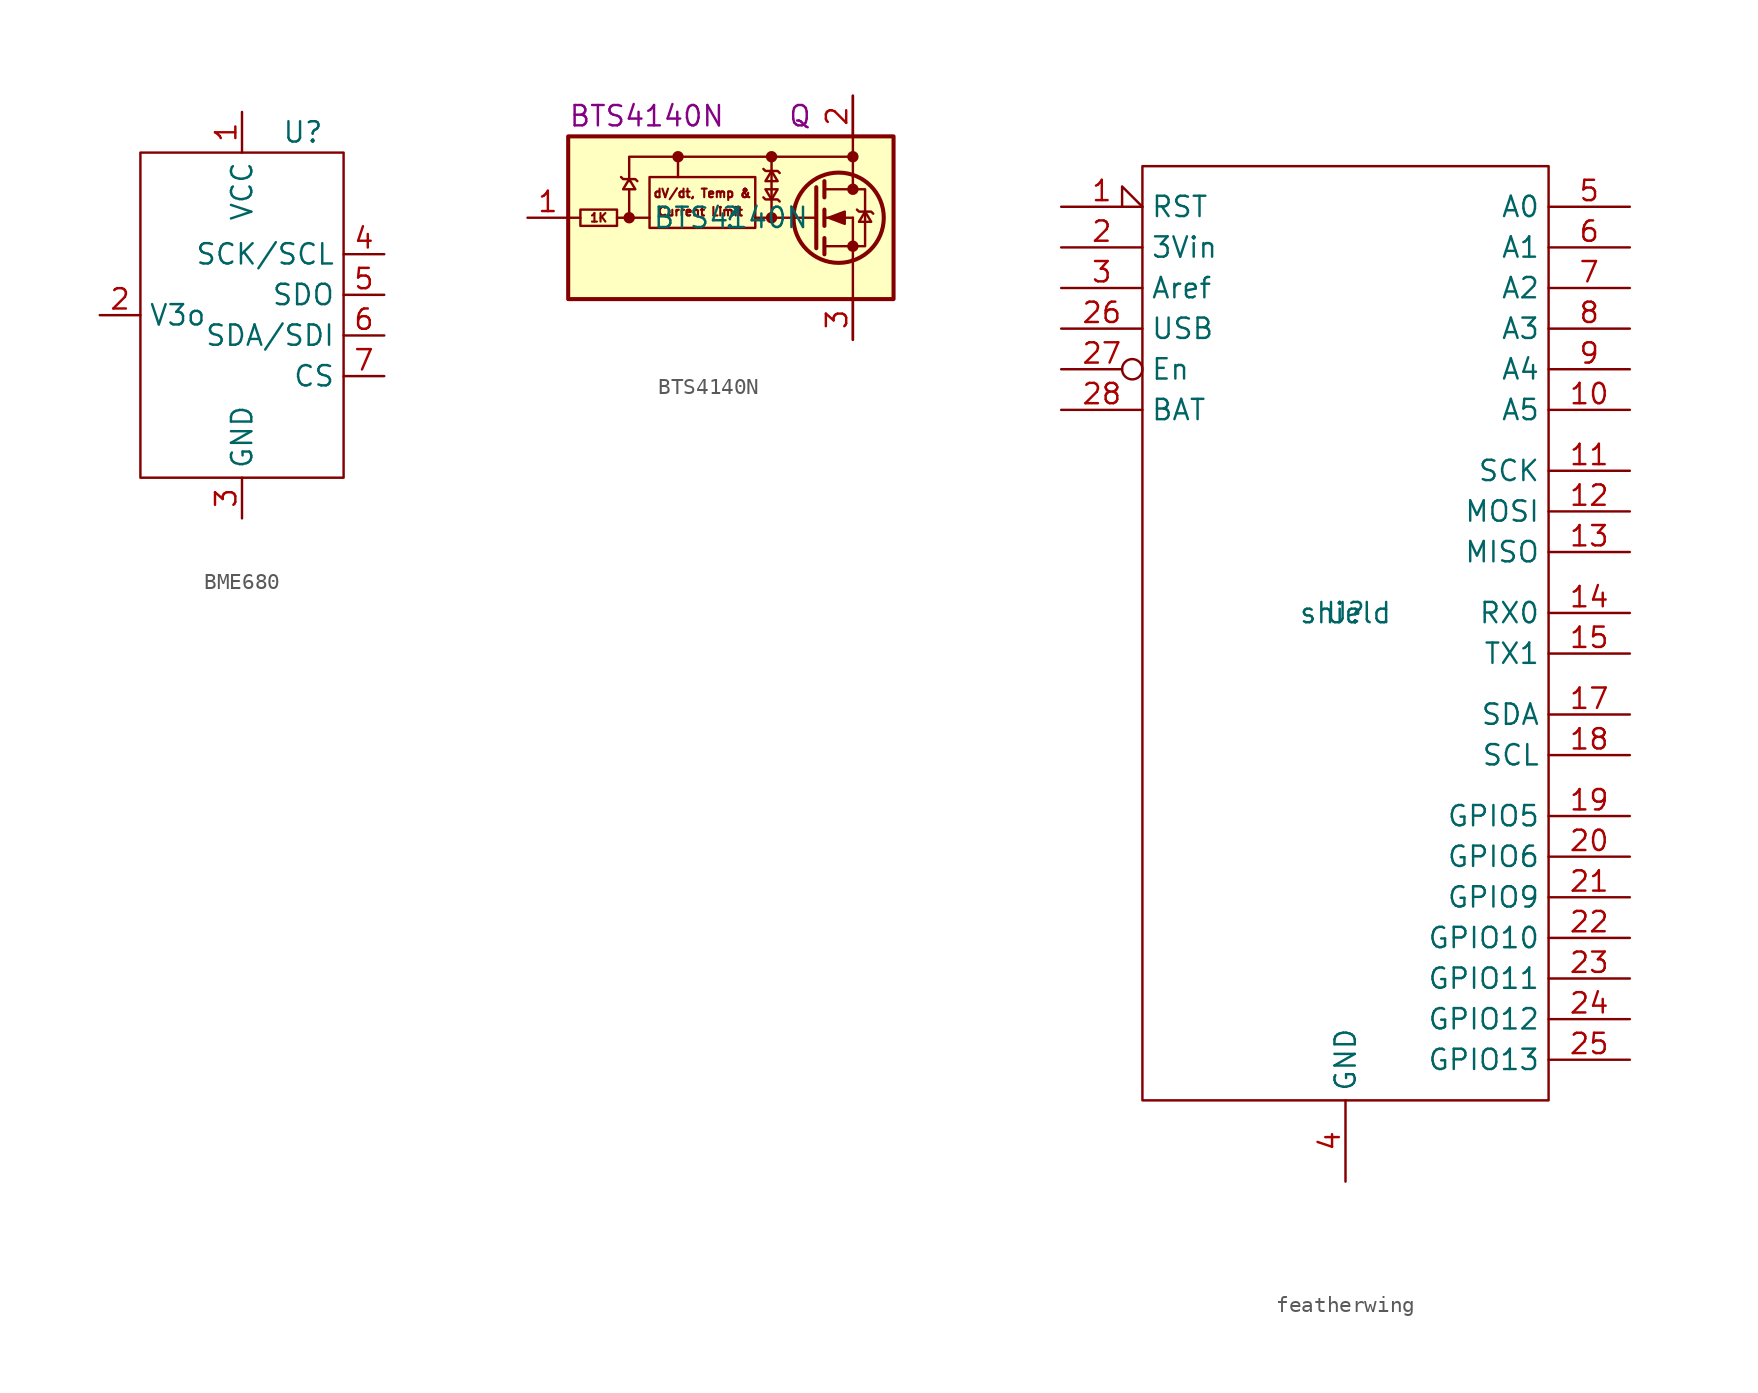
<source format=kicad_sym>
(kicad_symbol_lib
  (version 20220914)
  (generator kicad_symbol_editor)
  (symbol "BME680"
    (property "Reference" "U"
      (at 3.81 11.43 0)
      (effects (font (size 1.27 1.27))))
    (property "Value" ""
      (at 0 0 0)
      (effects (font (size 1.27 1.27))))
    (symbol "BME680_0_1"
      (rectangle (start -6.35 10.16) (end 6.35 -10.16) (stroke (width 0) (type default)) (fill (type none))))
    (symbol "BME680_1_1"
      (pin power_in line (at 0 12.7 270) (length 2.54) (name "VCC" (effects (font (size 1.27 1.27)))) (number "1" (effects (font (size 1.27 1.27)))))
      (pin power_out line (at -8.89 0 0) (length 2.54) (name "V3o" (effects (font (size 1.27 1.27)))) (number "2" (effects (font (size 1.27 1.27)))))
      (pin power_in line (at 0 -12.7 90) (length 2.54) (name "GND" (effects (font (size 1.27 1.27)))) (number "3" (effects (font (size 1.27 1.27)))))
      (pin input line (at 8.89 3.81 180) (length 2.54) (name "SCK/SCL" (effects (font (size 1.27 1.27)))) (number "4" (effects (font (size 1.27 1.27)))))
      (pin output line (at 8.89 1.27 180) (length 2.54) (name "SDO" (effects (font (size 1.27 1.27)))) (number "5" (effects (font (size 1.27 1.27)))))
      (pin bidirectional line (at 8.89 -1.27 180) (length 2.54) (name "SDA/SDI" (effects (font (size 1.27 1.27)))) (number "6" (effects (font (size 1.27 1.27)))))
      (pin input line (at 8.89 -3.81 180) (length 2.54) (name "CS" (effects (font (size 1.27 1.27)))) (number "7" (effects (font (size 1.27 1.27)))))))
  (symbol "BTS4140N"
    (pin_names
      (offset 0) hide)
    (property "Reference" ""
      (at 0 0 0)
      (effects (font (size 1.27 1.27))))
    (property "Value" "BTS4140N"
      (at 0 0 0)
      (effects (font (size 1.27 1.27))))
    (property "Reference_1" "Q"
      (at 5.08 6.35 0)
      (effects (font (size 1.27 1.27)) (justify right)))
    (property "Value_1" "BTS4140N"
      (at -10.16 6.35 0)
      (effects (font (size 1.27 1.27)) (justify left)))
    (symbol "BTS4140N_0_0"
      (polyline (pts (xy 7.62 -2.54) (xy 7.62 -7.62)) (stroke (width 0) (type default)) (fill (type none)))
      (polyline (pts (xy 7.62 2.54) (xy 7.62 7.62)) (stroke (width 0) (type default)) (fill (type none)))
      (polyline (pts (xy 2.54 0) (xy 2.54 3.81) (xy 7.62 3.81)) (stroke (width 0) (type default)) (fill (type none))))
    (symbol "BTS4140N_0_1"
      (rectangle (start -9.398 0.508) (end -7.112 -0.508) (stroke (width 0) (type default)) (fill (type none)))
      (polyline (pts (xy -9.398 0) (xy -10.16 0)) (stroke (width 0) (type default)) (fill (type none)))
      (polyline (pts (xy -7.112 0) (xy -5.08 0)) (stroke (width 0) (type default)) (fill (type none)))
      (polyline (pts (xy -6.35 0) (xy -6.35 1.778)) (stroke (width 0) (type default)) (fill (type none)))
      (polyline (pts (xy -3.302 3.81) (xy -3.302 2.54)) (stroke (width 0) (type default)) (fill (type none)))
      (polyline (pts (xy -6.35 2.286) (xy -6.35 3.81) (xy 2.54 3.81)) (stroke (width 0) (type default)) (fill (type none))))
    (symbol "BTS4140N_1_0"
      (rectangle (start -10.16 5.08) (end 10.16 -5.08) (stroke (width 0.254) (type default)) (fill (type background))))
    (symbol "BTS4140N_1_1"
      (circle (center -6.35 0) (radius 0.279) (stroke (width 0) (type default)) (fill (type outline)))
      (rectangle (start -5.08 2.54) (end 1.524 -0.635) (stroke (width 0) (type default)) (fill (type none)))
      (circle (center -3.302 3.81) (radius 0.279) (stroke (width 0) (type default)) (fill (type outline)))
      (polyline (pts (xy 2.54 0) (xy 1.524 0)) (stroke (width 0) (type default)) (fill (type none)))
      (polyline (pts (xy 2.54 0) (xy 5.334 0)) (stroke (width 0) (type default)) (fill (type none)))
      (polyline (pts (xy 5.842 -1.778) (xy 7.62 -1.778)) (stroke (width 0) (type default)) (fill (type none)))
      (polyline (pts (xy 5.842 -1.27) (xy 5.842 -2.286)) (stroke (width 0.254) (type default)) (fill (type none)))
      (polyline (pts (xy 5.842 0) (xy 7.62 0)) (stroke (width 0) (type default)) (fill (type none)))
      (polyline (pts (xy 5.842 0.508) (xy 5.842 -0.508)) (stroke (width 0.254) (type default)) (fill (type none)))
      (polyline (pts (xy 5.842 1.778) (xy 7.62 1.778)) (stroke (width 0) (type default)) (fill (type none)))
      (polyline (pts (xy 5.842 2.286) (xy 5.842 1.27)) (stroke (width 0.254) (type default)) (fill (type none)))
      (polyline (pts (xy 7.62 -1.778) (xy 7.62 -2.54)) (stroke (width 0) (type default)) (fill (type none)))
      (polyline (pts (xy 7.62 -1.778) (xy 7.62 0)) (stroke (width 0) (type default)) (fill (type none)))
      (polyline (pts (xy 7.62 2.54) (xy 7.62 1.778)) (stroke (width 0) (type default)) (fill (type none)))
      (polyline (pts (xy 5.334 1.905) (xy 5.334 -1.905) (xy 5.334 -1.905)) (stroke (width 0.254) (type default)) (fill (type none)))
      (polyline (pts (xy -6.858 2.54) (xy -6.731 2.413) (xy -5.969 2.413) (xy -5.842 2.286)) (stroke (width 0) (type default)) (fill (type none)))
      (polyline (pts (xy -6.35 2.413) (xy -6.731 1.778) (xy -5.969 1.778) (xy -6.35 2.413)) (stroke (width 0) (type default)) (fill (type none)))
      (polyline (pts (xy 2.032 3.048) (xy 2.159 2.921) (xy 2.921 2.921) (xy 3.048 2.794)) (stroke (width 0) (type default)) (fill (type none)))
      (polyline (pts (xy 2.54 1.143) (xy 2.921 1.778) (xy 2.159 1.778) (xy 2.54 1.143)) (stroke (width 0) (type default)) (fill (type none)))
      (polyline (pts (xy 2.54 2.921) (xy 2.159 2.286) (xy 2.921 2.286) (xy 2.54 2.921)) (stroke (width 0) (type default)) (fill (type none)))
      (polyline (pts (xy 3.048 1.016) (xy 2.921 1.143) (xy 2.159 1.143) (xy 2.032 1.27)) (stroke (width 0) (type default)) (fill (type none)))
      (polyline (pts (xy 6.096 0) (xy 7.112 0.381) (xy 7.112 -0.381) (xy 6.096 0)) (stroke (width 0) (type default)) (fill (type outline)))
      (polyline (pts (xy 7.62 -1.778) (xy 8.382 -1.778) (xy 8.382 1.778) (xy 7.62 1.778)) (stroke (width 0) (type default)) (fill (type none)))
      (polyline (pts (xy 7.874 0.508) (xy 8.001 0.381) (xy 8.763 0.381) (xy 8.89 0.254)) (stroke (width 0) (type default)) (fill (type none)))
      (polyline (pts (xy 8.382 0.381) (xy 8.001 -0.254) (xy 8.763 -0.254) (xy 8.382 0.381)) (stroke (width 0) (type default)) (fill (type none)))
      (circle (center 2.54 0) (radius 0.279) (stroke (width 0) (type default)) (fill (type outline)))
      (circle (center 2.54 3.81) (radius 0.279) (stroke (width 0) (type default)) (fill (type outline)))
      (circle (center 6.731 0) (radius 2.819) (stroke (width 0.254) (type default)) (fill (type none)))
      (circle (center 7.62 -1.778) (radius 0.279) (stroke (width 0) (type default)) (fill (type outline)))
      (circle (center 7.62 1.778) (radius 0.279) (stroke (width 0) (type default)) (fill (type outline)))
      (circle (center 7.62 3.81) (radius 0.279) (stroke (width 0) (type default)) (fill (type outline)))
      (text "1K" (at -8.255 0 0) (effects (font (size 0.533 0.533))))
      (text "Current Limit" (at -1.905 0.381 0) (effects (font (size 0.533 0.533))))
      (text "dV/dt, Temp &" (at -1.778 1.524 0) (effects (font (size 0.533 0.533))))
      (pin input line (at -12.7 0 0) (length 2.54) (name "G" (effects (font (size 1.27 1.27)))) (number "1" (effects (font (size 1.27 1.27)))))
      (pin passive line (at 7.62 7.62 270) (length 2.54) (name "D" (effects (font (size 1.27 1.27)))) (number "2" (effects (font (size 1.27 1.27)))))
      (pin passive line (at 7.62 -7.62 90) (length 2.54) (name "S" (effects (font (size 1.27 1.27)))) (number "3" (effects (font (size 1.27 1.27)))))
      (pin passive line (at 7.62 7.62 270) (length 2.54) hide (name "D" (effects (font (size 1.27 1.27)))) (number "4" (effects (font (size 1.27 1.27)))))))
  (symbol "featherwing"
    (property "Reference" "U"
      (at 0 0 0)
      (effects (font (size 1.27 1.27))))
    (property "Value" "shield"
      (at 0 0 0)
      (effects (font (size 1.27 1.27))))
    (symbol "featherwing_0_1"
      (rectangle (start -12.7 27.94) (end 12.7 -30.48) (stroke (width 0) (type default)) (fill (type none))))
    (symbol "featherwing_1_1"
      (pin output input_low (at -17.78 25.4 0) (length 5.08) (name "RST" (effects (font (size 1.27 1.27)))) (number "1" (effects (font (size 1.27 1.27)))))
      (pin output line (at 17.78 12.7 180) (length 5.08) (name "A5" (effects (font (size 1.27 1.27)))) (number "10" (effects (font (size 1.27 1.27)))))
      (pin input line (at 17.78 8.89 180) (length 5.08) (name "SCK" (effects (font (size 1.27 1.27)))) (number "11" (effects (font (size 1.27 1.27)))))
      (pin input line (at 17.78 6.35 180) (length 5.08) (name "MOSI" (effects (font (size 1.27 1.27)))) (number "12" (effects (font (size 1.27 1.27)))))
      (pin output line (at 17.78 3.81 180) (length 5.08) (name "MISO" (effects (font (size 1.27 1.27)))) (number "13" (effects (font (size 1.27 1.27)))))
      (pin output line (at 17.78 0 180) (length 5.08) (name "RX0" (effects (font (size 1.27 1.27)))) (number "14" (effects (font (size 1.27 1.27)))))
      (pin input line (at 17.78 -2.54 180) (length 5.08) (name "TX1" (effects (font (size 1.27 1.27)))) (number "15" (effects (font (size 1.27 1.27)))))
      (pin power_in line (at 0 -35.56 90) (length 5.08) hide (name "GND" (effects (font (size 1.27 1.27)))) (number "16" (effects (font (size 1.27 1.27)))))
      (pin bidirectional line (at 17.78 -6.35 180) (length 5.08) (name "SDA" (effects (font (size 1.27 1.27)))) (number "17" (effects (font (size 1.27 1.27)))))
      (pin input line (at 17.78 -8.89 180) (length 5.08) (name "SCL" (effects (font (size 1.27 1.27)))) (number "18" (effects (font (size 1.27 1.27)))))
      (pin bidirectional line (at 17.78 -12.7 180) (length 5.08) (name "GPIO5" (effects (font (size 1.27 1.27)))) (number "19" (effects (font (size 1.27 1.27)))))
      (pin power_in line (at -17.78 22.86 0) (length 5.08) (name "3Vin" (effects (font (size 1.27 1.27)))) (number "2" (effects (font (size 1.27 1.27)))))
      (pin bidirectional line (at 17.78 -15.24 180) (length 5.08) (name "GPIO6" (effects (font (size 1.27 1.27)))) (number "20" (effects (font (size 1.27 1.27)))))
      (pin bidirectional line (at 17.78 -17.78 180) (length 5.08) (name "GPIO9" (effects (font (size 1.27 1.27)))) (number "21" (effects (font (size 1.27 1.27)))))
      (pin bidirectional line (at 17.78 -20.32 180) (length 5.08) (name "GPIO10" (effects (font (size 1.27 1.27)))) (number "22" (effects (font (size 1.27 1.27)))))
      (pin bidirectional line (at 17.78 -22.86 180) (length 5.08) (name "GPIO11" (effects (font (size 1.27 1.27)))) (number "23" (effects (font (size 1.27 1.27)))))
      (pin bidirectional line (at 17.78 -25.4 180) (length 5.08) (name "GPIO12" (effects (font (size 1.27 1.27)))) (number "24" (effects (font (size 1.27 1.27)))))
      (pin bidirectional line (at 17.78 -27.94 180) (length 5.08) (name "GPIO13" (effects (font (size 1.27 1.27)))) (number "25" (effects (font (size 1.27 1.27)))))
      (pin power_in line (at -17.78 17.78 0) (length 5.08) (name "USB" (effects (font (size 1.27 1.27)))) (number "26" (effects (font (size 1.27 1.27)))))
      (pin output inverted (at -17.78 15.24 0) (length 5.08) (name "En" (effects (font (size 1.27 1.27)))) (number "27" (effects (font (size 1.27 1.27)))))
      (pin bidirectional line (at -17.78 12.7 0) (length 5.08) (name "BAT" (effects (font (size 1.27 1.27)))) (number "28" (effects (font (size 1.27 1.27)))))
      (pin output line (at -17.78 20.32 0) (length 5.08) (name "Aref" (effects (font (size 1.27 1.27)))) (number "3" (effects (font (size 1.27 1.27)))))
      (pin power_in line (at 0 -35.56 90) (length 5.08) (name "GND" (effects (font (size 1.27 1.27)))) (number "4" (effects (font (size 1.27 1.27)))))
      (pin bidirectional line (at 17.78 25.4 180) (length 5.08) (name "A0" (effects (font (size 1.27 1.27)))) (number "5" (effects (font (size 1.27 1.27)))))
      (pin output line (at 17.78 22.86 180) (length 5.08) (name "A1" (effects (font (size 1.27 1.27)))) (number "6" (effects (font (size 1.27 1.27)))))
      (pin output line (at 17.78 20.32 180) (length 5.08) (name "A2" (effects (font (size 1.27 1.27)))) (number "7" (effects (font (size 1.27 1.27)))))
      (pin output line (at 17.78 17.78 180) (length 5.08) (name "A3" (effects (font (size 1.27 1.27)))) (number "8" (effects (font (size 1.27 1.27)))))
      (pin output line (at 17.78 15.24 180) (length 5.08) (name "A4" (effects (font (size 1.27 1.27)))) (number "9" (effects (font (size 1.27 1.27)))))
      (pin power_in line (at 0 -35.56 90) (length 5.08) hide (name "GND" (effects (font (size 1.27 1.27)))) (number "M" (effects (font (size 1.27 1.27))))))))
</source>
